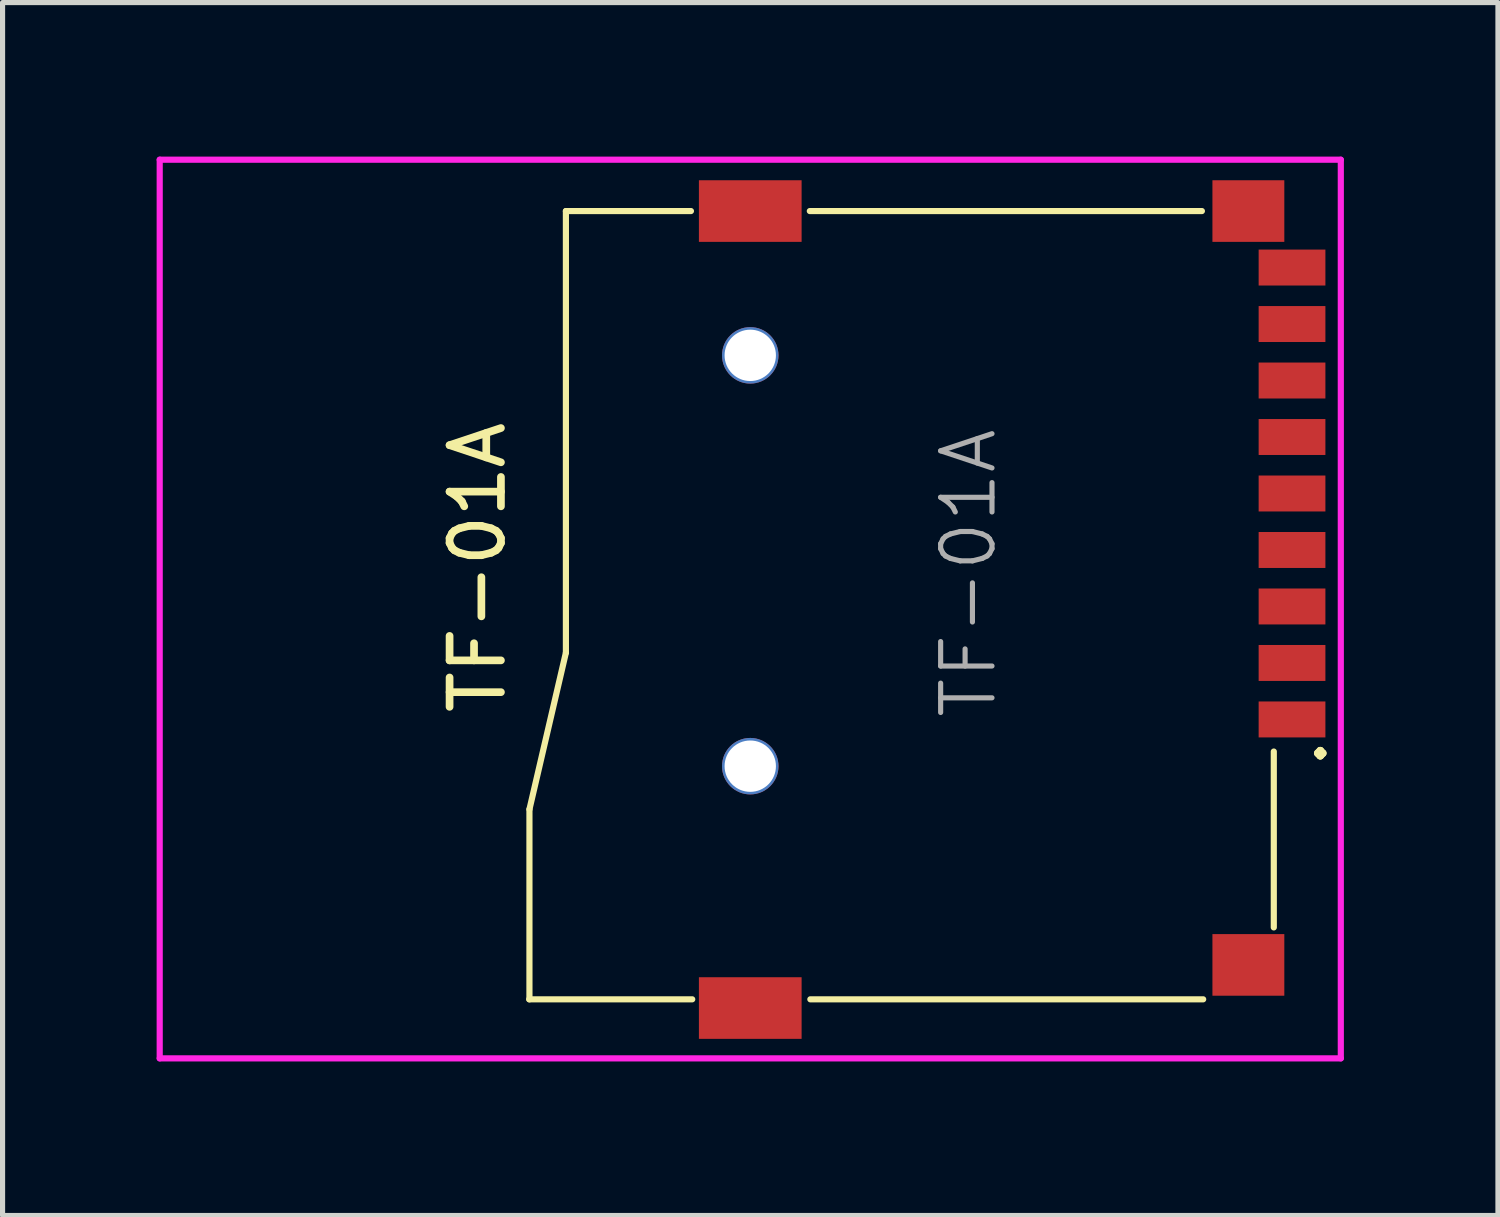
<source format=kicad_pcb>
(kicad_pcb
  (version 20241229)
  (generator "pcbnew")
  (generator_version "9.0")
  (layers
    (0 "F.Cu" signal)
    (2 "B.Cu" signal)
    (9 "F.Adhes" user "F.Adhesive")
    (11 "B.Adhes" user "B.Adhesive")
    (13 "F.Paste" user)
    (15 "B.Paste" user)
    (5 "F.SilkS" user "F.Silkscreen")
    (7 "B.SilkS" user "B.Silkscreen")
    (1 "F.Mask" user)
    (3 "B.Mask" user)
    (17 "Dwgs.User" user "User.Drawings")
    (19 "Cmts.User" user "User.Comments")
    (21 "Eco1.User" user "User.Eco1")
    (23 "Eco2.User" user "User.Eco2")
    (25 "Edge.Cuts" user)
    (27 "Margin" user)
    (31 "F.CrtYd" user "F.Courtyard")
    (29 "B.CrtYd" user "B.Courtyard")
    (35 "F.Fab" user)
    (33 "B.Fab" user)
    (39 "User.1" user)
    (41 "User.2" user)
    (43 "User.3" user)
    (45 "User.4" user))
  (footprint "TF-01A"
    (layer "F.Cu")
    (at 11.63 8.56)
    (property "Reference" "TF-01A" (at -5.38 -0.56 90) (layer "F.SilkS") (effects (font (size 1 1) (thickness 0.15))))
    (attr smd)
    (fp_line (start -4.37 7.85) (end -4.37 4.15) (stroke (width 0.12) (type solid)) (layer "F.SilkS"))
    (fp_line (start -3.66 -7.5) (end -3.66 1.1) (stroke (width 0.12) (type solid)) (layer "F.SilkS"))
    (fp_line (start -3.66 -7.5) (end -1.225 -7.5) (stroke (width 0.12) (type solid)) (layer "F.SilkS"))
    (fp_line (start -3.66 1.1) (end -4.37 4.15) (stroke (width 0.12) (type solid)) (layer "F.SilkS"))
    (fp_line (start -1.2 7.85) (end -4.375 7.85) (stroke (width 0.12) (type solid)) (layer "F.SilkS"))
    (fp_line (start 1.09 -7.5) (end 8.725 -7.5) (stroke (width 0.12) (type solid)) (layer "F.SilkS"))
    (fp_line (start 8.75 7.85) (end 1.1 7.85) (stroke (width 0.12) (type solid)) (layer "F.SilkS"))
    (fp_line (start 10.125 3.025) (end 10.125 6.45) (stroke (width 0.12) (type solid)) (layer "F.SilkS"))
    (fp_line (start -11.57 -8.5) (end -11.57 9) (stroke (width 0.12) (type solid)) (layer "F.CrtYd"))
    (fp_line (start -11.57 -8.5) (end 11.43 -8.5) (stroke (width 0.12) (type solid)) (layer "F.CrtYd"))
    (fp_line (start 11.43 -8.5) (end 11.43 9) (stroke (width 0.12) (type solid)) (layer "F.CrtYd"))
    (fp_line (start 11.43 9) (end -11.57 9) (stroke (width 0.12) (type solid)) (layer "F.CrtYd"))
    (fp_line (start -7.02 5.5) (end -7.02 -5.6) (stroke (width 0.12) (type solid)) (layer "User.1"))
    (fp_line (start -6.82 -5.8) (end -3.66 -5.8) (stroke (width 0.12) (type solid)) (layer "User.1"))
    (fp_line (start -6.82 5.7) (end -4.37 5.7) (stroke (width 0.12) (type solid)) (layer "User.1"))
    (fp_arc (start -7.02 -5.6) (mid -6.961421 -5.741421) (end -6.82 -5.8) (stroke (width 0.12) (type solid)) (layer "User.1"))
    (fp_arc (start -6.82 5.7) (mid -6.961421 5.641421) (end -7.02 5.5) (stroke (width 0.12) (type solid)) (layer "User.1"))
    (fp_text user "." (at 11.03 2.65 0) (layer "F.SilkS") (effects (font (size 1 1) (thickness 0.15))))
    (fp_text user "${REFERENCE}" (at 4.18 -0.45 90) (layer "F.Fab") (effects (font (size 1 1) (thickness 0.1))))
    (pad "1" smd rect (at 10.48 2.4) (size 1.3 0.7) (layers "F.Cu" "F.Mask" "F.Paste"))
    (pad "2" smd rect (at 10.48 1.3) (size 1.3 0.7) (layers "F.Cu" "F.Mask" "F.Paste"))
    (pad "3" smd rect (at 10.48 0.2) (size 1.3 0.7) (layers "F.Cu" "F.Mask" "F.Paste"))
    (pad "4" smd rect (at 10.48 -0.9) (size 1.3 0.7) (layers "F.Cu" "F.Mask" "F.Paste"))
    (pad "5" smd rect (at 10.48 -2) (size 1.3 0.7) (layers "F.Cu" "F.Mask" "F.Paste"))
    (pad "6" smd rect (at 10.48 -3.1) (size 1.3 0.7) (layers "F.Cu" "F.Mask" "F.Paste"))
    (pad "7" smd rect (at 10.48 -4.2) (size 1.3 0.7) (layers "F.Cu" "F.Mask" "F.Paste"))
    (pad "8" smd rect (at 10.48 -5.3) (size 1.3 0.7) (layers "F.Cu" "F.Mask" "F.Paste"))
    (pad "9" smd rect (at 10.48 -6.4) (size 1.3 0.7) (layers "F.Cu" "F.Mask" "F.Paste"))
    (pad "10" smd rect (at 9.63 -7.5) (size 1.4 1.2) (layers "F.Cu" "F.Mask" "F.Paste"))
    (pad "11" smd rect (at -0.07 -7.5) (size 2 1.2) (layers "F.Cu" "F.Mask" "F.Paste"))
    (pad "12" smd rect (at -0.07 8.02) (size 2 1.2) (layers "F.Cu" "F.Mask" "F.Paste"))
    (pad "13" smd rect (at 9.63 7.18) (size 1.4 1.2) (layers "F.Cu" "F.Mask" "F.Paste"))
    (pad "14" thru_hole circle (at -0.07 -4.69) (size 1.1 1.1) (drill 1) (layers "*.Cu" "*.Mask"))
    (pad "21" thru_hole circle (at -0.07 3.31) (size 1.1 1.1) (drill 1) (layers "*.Cu" "*.Mask")))
  (gr_rect
    (start -3 -3)
    (end 26.12 20.62)
    (stroke (width 0.1) (type default))
    (fill no)
    (layer "Edge.Cuts")))
</source>
